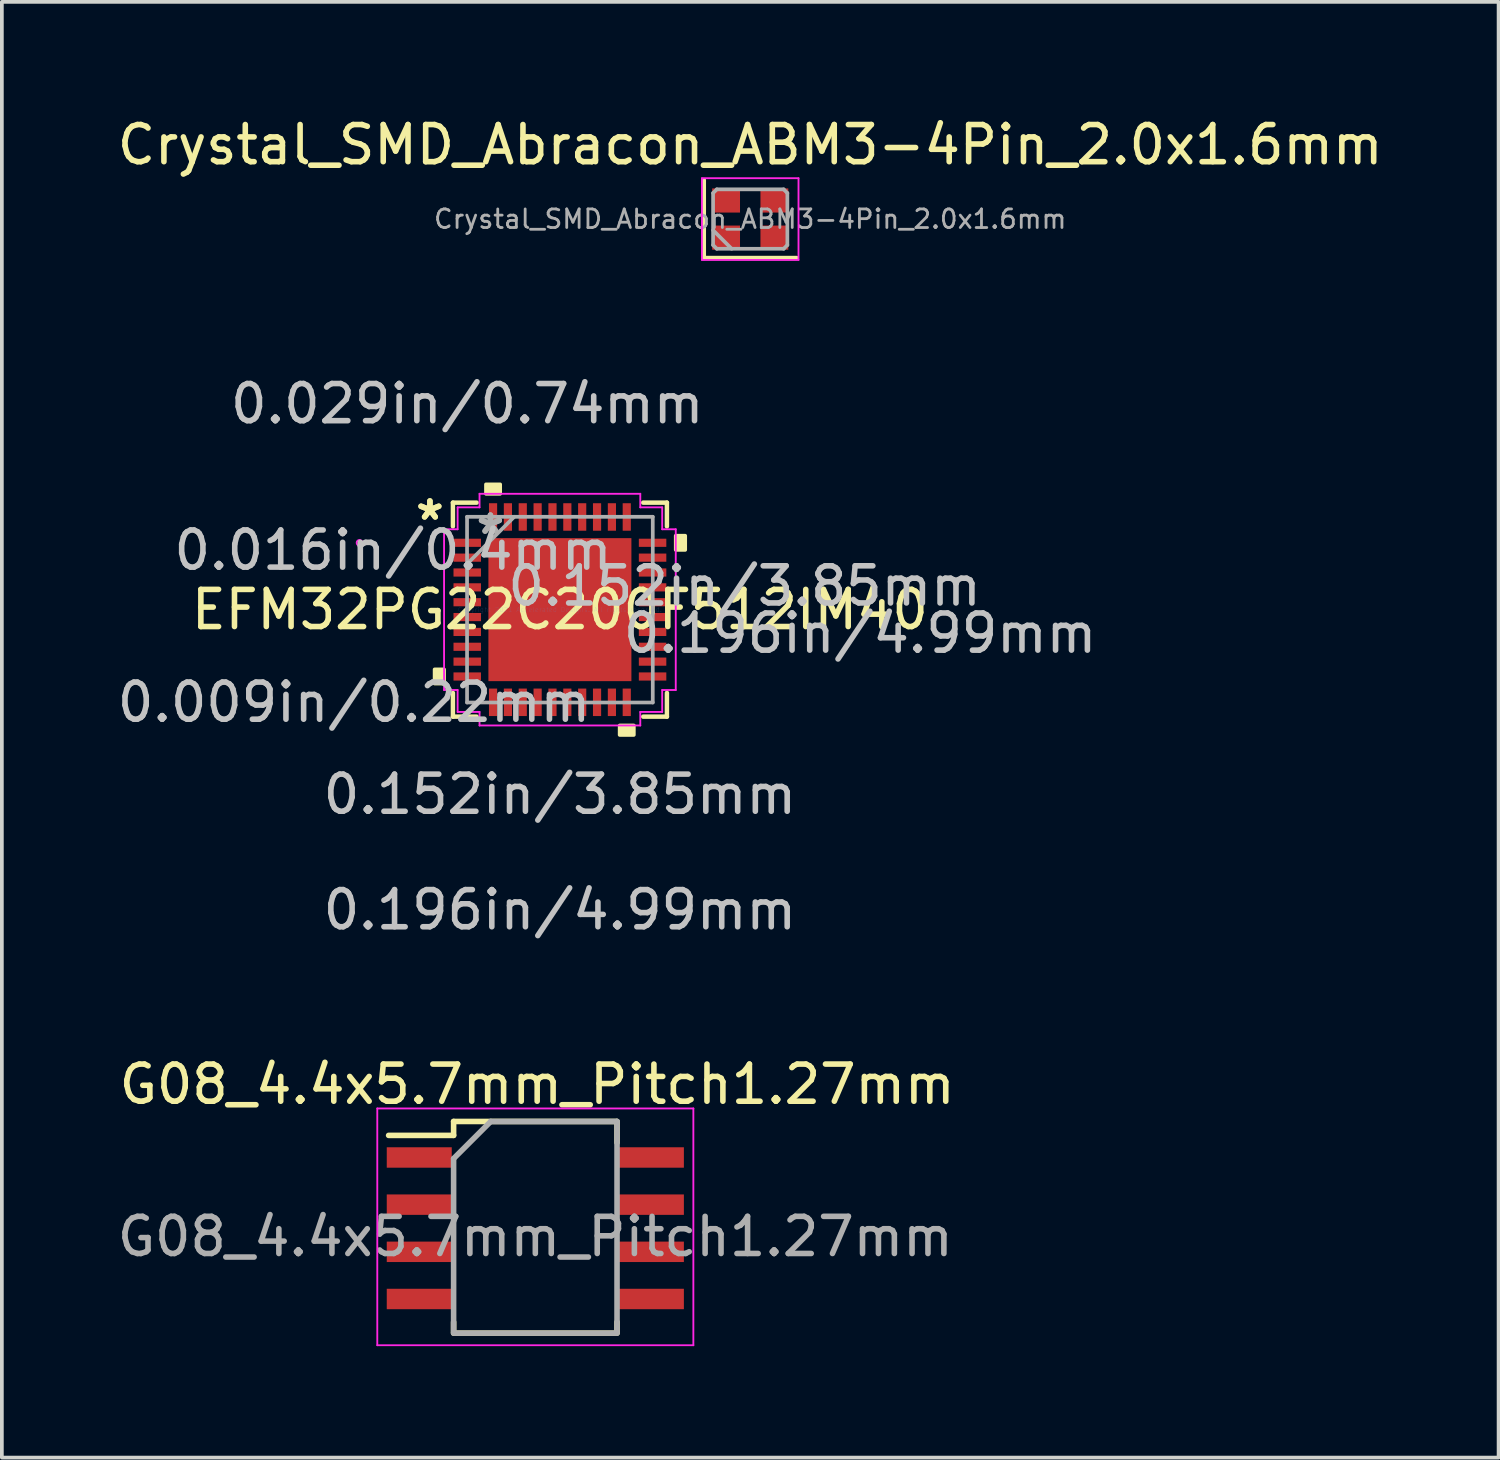
<source format=kicad_pcb>
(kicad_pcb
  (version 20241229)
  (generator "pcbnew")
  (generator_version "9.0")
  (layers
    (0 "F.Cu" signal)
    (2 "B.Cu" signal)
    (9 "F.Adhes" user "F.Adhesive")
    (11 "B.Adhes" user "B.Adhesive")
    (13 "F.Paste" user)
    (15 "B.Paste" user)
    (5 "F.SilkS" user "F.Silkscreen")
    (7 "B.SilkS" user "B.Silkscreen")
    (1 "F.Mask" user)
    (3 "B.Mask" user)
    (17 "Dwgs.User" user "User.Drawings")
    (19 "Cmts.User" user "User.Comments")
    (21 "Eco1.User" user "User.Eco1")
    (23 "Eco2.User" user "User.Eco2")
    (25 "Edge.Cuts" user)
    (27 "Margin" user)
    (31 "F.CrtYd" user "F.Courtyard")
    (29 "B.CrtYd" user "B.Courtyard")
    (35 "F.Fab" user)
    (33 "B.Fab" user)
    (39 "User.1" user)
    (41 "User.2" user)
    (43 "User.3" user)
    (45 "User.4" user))
  (footprint "EFM32PG22C200F512IM40"
    (layer "F.Cu")
    (at 12.025 13.364)
    (property "Reference" "EFM32PG22C200F512IM40" (at 0 0 0) (layer "F.SilkS") (effects (font (size 1 1) (thickness 0.15))))
    (attr through_hole)
    (fp_line (start -2.881 -2.881) (end -2.881 -2.242) (stroke (width 0.12) (type solid)) (layer "F.SilkS"))
    (fp_line (start -2.881 2.242) (end -2.881 2.881) (stroke (width 0.12) (type solid)) (layer "F.SilkS"))
    (fp_line (start -2.881 2.881) (end -2.242 2.881) (stroke (width 0.12) (type solid)) (layer "F.SilkS"))
    (fp_line (start -2.242 -2.881) (end -2.881 -2.881) (stroke (width 0.12) (type solid)) (layer "F.SilkS"))
    (fp_line (start 2.242 2.881) (end 2.881 2.881) (stroke (width 0.12) (type solid)) (layer "F.SilkS"))
    (fp_line (start 2.881 -2.881) (end 2.242 -2.881) (stroke (width 0.12) (type solid)) (layer "F.SilkS"))
    (fp_line (start 2.881 -2.242) (end 2.881 -2.881) (stroke (width 0.12) (type solid)) (layer "F.SilkS"))
    (fp_line (start 2.881 2.881) (end 2.881 2.242) (stroke (width 0.12) (type solid)) (layer "F.SilkS"))
    (fp_poly (pts (xy -3.373 1.609) (xy -3.373 1.99) (xy -3.119 1.99) (xy -3.119 1.609)) (stroke (width 0.1) (type solid)) (fill yes) (layer "F.SilkS"))
    (fp_poly (pts (xy -1.99 -3.119) (xy -1.99 -3.373) (xy -1.609 -3.373) (xy -1.609 -3.119)) (stroke (width 0.1) (type solid)) (fill yes) (layer "F.SilkS"))
    (fp_poly (pts (xy 1.609 3.119) (xy 1.609 3.373) (xy 1.99 3.373) (xy 1.99 3.119)) (stroke (width 0.1) (type solid)) (fill yes) (layer "F.SilkS"))
    (fp_poly (pts (xy 3.373 -1.99) (xy 3.373 -1.609) (xy 3.119 -1.609) (xy 3.119 -1.99)) (stroke (width 0.1) (type solid)) (fill yes) (layer "F.SilkS"))
    (fp_poly (pts (xy -1.825 -1.825) (xy -1.825 -0.742) (xy -0.742 -0.742) (xy -0.742 -1.825)) (stroke (width 0.1) (type solid)) (fill yes) (layer "F.Paste"))
    (fp_poly (pts (xy -1.825 -0.542) (xy -1.825 0.542) (xy -0.742 0.542) (xy -0.742 -0.542)) (stroke (width 0.1) (type solid)) (fill yes) (layer "F.Paste"))
    (fp_poly (pts (xy -1.825 0.742) (xy -1.825 1.825) (xy -0.742 1.825) (xy -0.742 0.742)) (stroke (width 0.1) (type solid)) (fill yes) (layer "F.Paste"))
    (fp_poly (pts (xy -0.542 -1.825) (xy -0.542 -0.742) (xy 0.542 -0.742) (xy 0.542 -1.825)) (stroke (width 0.1) (type solid)) (fill yes) (layer "F.Paste"))
    (fp_poly (pts (xy -0.542 -0.542) (xy -0.542 0.542) (xy 0.542 0.542) (xy 0.542 -0.542)) (stroke (width 0.1) (type solid)) (fill yes) (layer "F.Paste"))
    (fp_poly (pts (xy -0.542 0.742) (xy -0.542 1.825) (xy 0.542 1.825) (xy 0.542 0.742)) (stroke (width 0.1) (type solid)) (fill yes) (layer "F.Paste"))
    (fp_poly (pts (xy 0.742 -1.825) (xy 0.742 -0.742) (xy 1.825 -0.742) (xy 1.825 -1.825)) (stroke (width 0.1) (type solid)) (fill yes) (layer "F.Paste"))
    (fp_poly (pts (xy 0.742 -0.542) (xy 0.742 0.542) (xy 1.825 0.542) (xy 1.825 -0.542)) (stroke (width 0.1) (type solid)) (fill yes) (layer "F.Paste"))
    (fp_poly (pts (xy 0.742 0.742) (xy 0.742 1.825) (xy 1.825 1.825) (xy 1.825 0.742)) (stroke (width 0.1) (type solid)) (fill yes) (layer "F.Paste"))
    (fp_line (start -3.119 -2.164) (end -2.754 -2.164) (stroke (width 0.05) (type solid)) (layer "F.CrtYd"))
    (fp_line (start -3.119 2.164) (end -3.119 -2.164) (stroke (width 0.05) (type solid)) (layer "F.CrtYd"))
    (fp_line (start -2.754 -2.754) (end -2.164 -2.754) (stroke (width 0.05) (type solid)) (layer "F.CrtYd"))
    (fp_line (start -2.754 -2.164) (end -2.754 -2.754) (stroke (width 0.05) (type solid)) (layer "F.CrtYd"))
    (fp_line (start -2.754 2.164) (end -3.119 2.164) (stroke (width 0.05) (type solid)) (layer "F.CrtYd"))
    (fp_line (start -2.754 2.754) (end -2.754 2.164) (stroke (width 0.05) (type solid)) (layer "F.CrtYd"))
    (fp_line (start -2.164 -3.119) (end 2.164 -3.119) (stroke (width 0.05) (type solid)) (layer "F.CrtYd"))
    (fp_line (start -2.164 -2.754) (end -2.164 -3.119) (stroke (width 0.05) (type solid)) (layer "F.CrtYd"))
    (fp_line (start -2.164 2.754) (end -2.754 2.754) (stroke (width 0.05) (type solid)) (layer "F.CrtYd"))
    (fp_line (start -2.164 3.119) (end -2.164 2.754) (stroke (width 0.05) (type solid)) (layer "F.CrtYd"))
    (fp_line (start 2.164 -3.119) (end 2.164 -2.754) (stroke (width 0.05) (type solid)) (layer "F.CrtYd"))
    (fp_line (start 2.164 -2.754) (end 2.754 -2.754) (stroke (width 0.05) (type solid)) (layer "F.CrtYd"))
    (fp_line (start 2.164 2.754) (end 2.164 3.119) (stroke (width 0.05) (type solid)) (layer "F.CrtYd"))
    (fp_line (start 2.164 3.119) (end -2.164 3.119) (stroke (width 0.05) (type solid)) (layer "F.CrtYd"))
    (fp_line (start 2.754 -2.754) (end 2.754 -2.164) (stroke (width 0.05) (type solid)) (layer "F.CrtYd"))
    (fp_line (start 2.754 -2.164) (end 3.119 -2.164) (stroke (width 0.05) (type solid)) (layer "F.CrtYd"))
    (fp_line (start 2.754 2.164) (end 2.754 2.754) (stroke (width 0.05) (type solid)) (layer "F.CrtYd"))
    (fp_line (start 2.754 2.754) (end 2.164 2.754) (stroke (width 0.05) (type solid)) (layer "F.CrtYd"))
    (fp_line (start 3.119 -2.164) (end 3.119 2.164) (stroke (width 0.05) (type solid)) (layer "F.CrtYd"))
    (fp_line (start 3.119 2.164) (end 2.754 2.164) (stroke (width 0.05) (type solid)) (layer "F.CrtYd"))
    (fp_circle (center -5.396 -1.8) (end -5.32 -1.8) (stroke (width 0.05) (type solid)) (fill no) (layer "F.CrtYd"))
    (fp_line (start -2.5 -2.5) (end -2.5 2.5) (stroke (width 0.1) (type solid)) (layer "F.Fab"))
    (fp_line (start -2.5 -1.23) (end -1.23 -2.5) (stroke (width 0.1) (type solid)) (layer "F.Fab"))
    (fp_line (start -2.5 2.5) (end 2.5 2.5) (stroke (width 0.1) (type solid)) (layer "F.Fab"))
    (fp_line (start 2.5 -2.5) (end -2.5 -2.5) (stroke (width 0.1) (type solid)) (layer "F.Fab"))
    (fp_line (start 2.5 2.5) (end 2.5 -2.5) (stroke (width 0.1) (type solid)) (layer "F.Fab"))
    (fp_text user "*" (at -3.5 -2.381 0) (layer "F.SilkS") (effects (font (size 1 1) (thickness 0.15))))
    (fp_text user "*" (at -3.5 -2.381 0) (layer "F.SilkS") (effects (font (size 1 1) (thickness 0.15))))
    (fp_text user "0.152in/3.85mm" (at 4.973 -0.635 0) (layer "Dwgs.User") (effects (font (size 1 1) (thickness 0.15))))
    (fp_text user "0.196in/4.99mm" (at 0 8.083 0) (layer "Dwgs.User") (effects (font (size 1 1) (thickness 0.15))))
    (fp_text user "0.196in/4.99mm" (at 8.083 0.635 0) (layer "Dwgs.User") (effects (font (size 1 1) (thickness 0.15))))
    (fp_text user "0.016in/0.4mm" (at -4.493 -1.6 0) (layer "Dwgs.User") (effects (font (size 1 1) (thickness 0.15))))
    (fp_text user "0.009in/0.22mm" (at -5.543 2.495 0) (layer "Dwgs.User") (effects (font (size 1 1) (thickness 0.15))))
    (fp_text user "0.152in/3.85mm" (at 0 4.973 0) (layer "Dwgs.User") (effects (font (size 1 1) (thickness 0.15))))
    (fp_text user "0.029in/0.74mm" (at -2.495 -5.543 0) (layer "Dwgs.User") (effects (font (size 1 1) (thickness 0.15))))
    (fp_text user "Copyright 2021 Accelerated Designs. All rights reserved." (at 0 0 0) (layer "Cmts.User") (effects (font (size 0.127 0.127) (thickness 0.002))))
    (fp_text user "*" (at -1.871 -2 0) (layer "F.Fab") (effects (font (size 1 1) (thickness 0.15))))
    (fp_text user "*" (at -1.871 -2 0) (layer "F.Fab") (effects (font (size 1 1) (thickness 0.15))))
    (pad "1" smd rect (at -2.495 -1.8 90) (size 0.22 0.74) (layers "F.Cu" "F.Mask" "F.Paste"))
    (pad "2" smd rect (at -2.495 -1.4 90) (size 0.22 0.74) (layers "F.Cu" "F.Mask" "F.Paste"))
    (pad "3" smd rect (at -2.495 -1 90) (size 0.22 0.74) (layers "F.Cu" "F.Mask" "F.Paste"))
    (pad "4" smd rect (at -2.495 -0.6 90) (size 0.22 0.74) (layers "F.Cu" "F.Mask" "F.Paste"))
    (pad "5" smd rect (at -2.495 -0.2 90) (size 0.22 0.74) (layers "F.Cu" "F.Mask" "F.Paste"))
    (pad "6" smd rect (at -2.495 0.2 90) (size 0.22 0.74) (layers "F.Cu" "F.Mask" "F.Paste"))
    (pad "7" smd rect (at -2.495 0.6 90) (size 0.22 0.74) (layers "F.Cu" "F.Mask" "F.Paste"))
    (pad "8" smd rect (at -2.495 1 90) (size 0.22 0.74) (layers "F.Cu" "F.Mask" "F.Paste"))
    (pad "9" smd rect (at -2.495 1.4 90) (size 0.22 0.74) (layers "F.Cu" "F.Mask" "F.Paste"))
    (pad "10" smd rect (at -2.495 1.8 90) (size 0.22 0.74) (layers "F.Cu" "F.Mask" "F.Paste"))
    (pad "11" smd rect (at -1.8 2.495) (size 0.22 0.74) (layers "F.Cu" "F.Mask" "F.Paste"))
    (pad "12" smd rect (at -1.4 2.495) (size 0.22 0.74) (layers "F.Cu" "F.Mask" "F.Paste"))
    (pad "13" smd rect (at -1 2.495) (size 0.22 0.74) (layers "F.Cu" "F.Mask" "F.Paste"))
    (pad "14" smd rect (at -0.6 2.495) (size 0.22 0.74) (layers "F.Cu" "F.Mask" "F.Paste"))
    (pad "15" smd rect (at -0.2 2.495) (size 0.22 0.74) (layers "F.Cu" "F.Mask" "F.Paste"))
    (pad "16" smd rect (at 0.2 2.495) (size 0.22 0.74) (layers "F.Cu" "F.Mask" "F.Paste"))
    (pad "17" smd rect (at 0.6 2.495) (size 0.22 0.74) (layers "F.Cu" "F.Mask" "F.Paste"))
    (pad "18" smd rect (at 1 2.495) (size 0.22 0.74) (layers "F.Cu" "F.Mask" "F.Paste"))
    (pad "19" smd rect (at 1.4 2.495) (size 0.22 0.74) (layers "F.Cu" "F.Mask" "F.Paste"))
    (pad "20" smd rect (at 1.8 2.495) (size 0.22 0.74) (layers "F.Cu" "F.Mask" "F.Paste"))
    (pad "21" smd rect (at 2.495 1.8 90) (size 0.22 0.74) (layers "F.Cu" "F.Mask" "F.Paste"))
    (pad "22" smd rect (at 2.495 1.4 90) (size 0.22 0.74) (layers "F.Cu" "F.Mask" "F.Paste"))
    (pad "23" smd rect (at 2.495 1 90) (size 0.22 0.74) (layers "F.Cu" "F.Mask" "F.Paste"))
    (pad "24" smd rect (at 2.495 0.6 90) (size 0.22 0.74) (layers "F.Cu" "F.Mask" "F.Paste"))
    (pad "25" smd rect (at 2.495 0.2 90) (size 0.22 0.74) (layers "F.Cu" "F.Mask" "F.Paste"))
    (pad "26" smd rect (at 2.495 -0.2 90) (size 0.22 0.74) (layers "F.Cu" "F.Mask" "F.Paste"))
    (pad "27" smd rect (at 2.495 -0.6 90) (size 0.22 0.74) (layers "F.Cu" "F.Mask" "F.Paste"))
    (pad "28" smd rect (at 2.495 -1 90) (size 0.22 0.74) (layers "F.Cu" "F.Mask" "F.Paste"))
    (pad "29" smd rect (at 2.495 -1.4 90) (size 0.22 0.74) (layers "F.Cu" "F.Mask" "F.Paste"))
    (pad "30" smd rect (at 2.495 -1.8 90) (size 0.22 0.74) (layers "F.Cu" "F.Mask" "F.Paste"))
    (pad "31" smd rect (at 1.8 -2.495) (size 0.22 0.74) (layers "F.Cu" "F.Mask" "F.Paste"))
    (pad "32" smd rect (at 1.4 -2.495) (size 0.22 0.74) (layers "F.Cu" "F.Mask" "F.Paste"))
    (pad "33" smd rect (at 1 -2.495) (size 0.22 0.74) (layers "F.Cu" "F.Mask" "F.Paste"))
    (pad "34" smd rect (at 0.6 -2.495) (size 0.22 0.74) (layers "F.Cu" "F.Mask" "F.Paste"))
    (pad "35" smd rect (at 0.2 -2.495) (size 0.22 0.74) (layers "F.Cu" "F.Mask" "F.Paste"))
    (pad "36" smd rect (at -0.2 -2.495) (size 0.22 0.74) (layers "F.Cu" "F.Mask" "F.Paste"))
    (pad "37" smd rect (at -0.6 -2.495) (size 0.22 0.74) (layers "F.Cu" "F.Mask" "F.Paste"))
    (pad "38" smd rect (at -1 -2.495) (size 0.22 0.74) (layers "F.Cu" "F.Mask" "F.Paste"))
    (pad "39" smd rect (at -1.4 -2.495) (size 0.22 0.74) (layers "F.Cu" "F.Mask" "F.Paste"))
    (pad "40" smd rect (at -1.8 -2.495) (size 0.22 0.74) (layers "F.Cu" "F.Mask" "F.Paste"))
    (pad "41" smd rect (at 0 0) (size 3.85 3.85) (layers "F.Cu" "F.Mask")))
  (footprint "Crystal_SMD_Abracon_ABM3-4Pin_2.0x1.6mm"
    (layer "F.Cu")
    (at 17.149 2.848)
    (property "Reference" "Crystal_SMD_Abracon_ABM3-4Pin_2.0x1.6mm" (at 0 -2 0) (layer "F.SilkS") (effects (font (size 1 1) (thickness 0.15))))
    (attr smd)
    (fp_line (start -1.25 -1.05) (end -1.25 1.05) (stroke (width 0.12) (type solid)) (layer "F.SilkS"))
    (fp_line (start -1.25 1.05) (end 1.25 1.05) (stroke (width 0.12) (type solid)) (layer "F.SilkS"))
    (fp_line (start -1.3 -1.1) (end -1.3 1.1) (stroke (width 0.05) (type solid)) (layer "F.CrtYd"))
    (fp_line (start -1.3 1.1) (end 1.3 1.1) (stroke (width 0.05) (type solid)) (layer "F.CrtYd"))
    (fp_line (start 1.3 -1.1) (end -1.3 -1.1) (stroke (width 0.05) (type solid)) (layer "F.CrtYd"))
    (fp_line (start 1.3 1.1) (end 1.3 -1.1) (stroke (width 0.05) (type solid)) (layer "F.CrtYd"))
    (fp_line (start -1 -0.7) (end -0.9 -0.8) (stroke (width 0.1) (type solid)) (layer "F.Fab"))
    (fp_line (start -1 0.3) (end -0.5 0.8) (stroke (width 0.1) (type solid)) (layer "F.Fab"))
    (fp_line (start -1 0.7) (end -1 -0.7) (stroke (width 0.1) (type solid)) (layer "F.Fab"))
    (fp_line (start -0.9 -0.8) (end 0.9 -0.8) (stroke (width 0.1) (type solid)) (layer "F.Fab"))
    (fp_line (start -0.9 0.8) (end -1 0.7) (stroke (width 0.1) (type solid)) (layer "F.Fab"))
    (fp_line (start 0.9 -0.8) (end 1 -0.7) (stroke (width 0.1) (type solid)) (layer "F.Fab"))
    (fp_line (start 0.9 0.8) (end -0.9 0.8) (stroke (width 0.1) (type solid)) (layer "F.Fab"))
    (fp_line (start 1 -0.7) (end 1 0.7) (stroke (width 0.1) (type solid)) (layer "F.Fab"))
    (fp_line (start 1 0.7) (end 0.9 0.8) (stroke (width 0.1) (type solid)) (layer "F.Fab"))
    (fp_text user "${REFERENCE}" (at 0 0 0) (layer "F.Fab") (effects (font (size 0.5 0.5) (thickness 0.075))))
    (pad "1" smd rect (at -0.65 0.5) (size 0.75 0.65) (layers "F.Cu" "F.Mask" "F.Paste"))
    (pad "2" smd rect (at 0.65 0.5) (size 0.75 0.65) (layers "F.Cu" "F.Mask" "F.Paste"))
    (pad "3" smd rect (at 0.65 -0.5) (size 0.75 0.65) (layers "F.Cu" "F.Mask" "F.Paste"))
    (pad "4" smd rect (at -0.65 -0.5) (size 0.75 0.65) (layers "F.Cu" "F.Mask" "F.Paste")))
  (footprint "G08_4.4x5.7mm_Pitch1.27mm"
    (layer "F.Cu")
    (at 11.363 30.019)
    (property "Reference" "G08_4.4x5.7mm_Pitch1.27mm" (at 0.05 -3.875 0) (layer "F.SilkS") (effects (font (size 1 1) (thickness 0.15))))
    (attr smd)
    (fp_line (start -2.2 -2.875) (end -2.2 -2.5) (stroke (width 0.15) (type solid)) (layer "F.SilkS"))
    (fp_line (start -2.2 -2.875) (end 2.175 -2.875) (stroke (width 0.15) (type solid)) (layer "F.SilkS"))
    (fp_line (start -2.2 -2.5) (end -3.95 -2.5) (stroke (width 0.15) (type solid)) (layer "F.SilkS"))
    (fp_line (start -2.2 2.805) (end -2.2 2.525) (stroke (width 0.15) (type solid)) (layer "F.SilkS"))
    (fp_line (start -2.2 2.825) (end 2.2 2.825) (stroke (width 0.15) (type solid)) (layer "F.SilkS"))
    (fp_line (start 2.2 -2.875) (end 2.2 -2.305) (stroke (width 0.15) (type solid)) (layer "F.SilkS"))
    (fp_line (start 2.2 2.805) (end 2.2 2.525) (stroke (width 0.15) (type solid)) (layer "F.SilkS"))
    (fp_line (start -4.255 -3.225) (end -4.255 3.15) (stroke (width 0.05) (type solid)) (layer "F.CrtYd"))
    (fp_line (start -4.255 -3.225) (end 4.255 -3.225) (stroke (width 0.05) (type solid)) (layer "F.CrtYd"))
    (fp_line (start -4.255 3.15) (end 4.255 3.15) (stroke (width 0.05) (type solid)) (layer "F.CrtYd"))
    (fp_line (start 4.255 -3.225) (end 4.255 3.15) (stroke (width 0.05) (type solid)) (layer "F.CrtYd"))
    (fp_line (start -2.2 2.805) (end -2.2 -1.875) (stroke (width 0.15) (type solid)) (layer "F.Fab"))
    (fp_line (start -1.2 -2.875) (end -2.2 -1.875) (stroke (width 0.15) (type solid)) (layer "F.Fab"))
    (fp_line (start -1.2 -2.875) (end 2.2 -2.875) (stroke (width 0.15) (type solid)) (layer "F.Fab"))
    (fp_line (start 2.2 -2.875) (end 2.2 2.805) (stroke (width 0.15) (type solid)) (layer "F.Fab"))
    (fp_line (start 2.2 2.825) (end -2.2 2.825) (stroke (width 0.15) (type solid)) (layer "F.Fab"))
    (fp_text user "${REFERENCE}" (at 0 0.225 0) (layer "F.Fab") (effects (font (size 1 1) (thickness 0.15))))
    (pad "1" smd rect (at -3.125 -1.905) (size 1.75 0.55) (layers "F.Cu" "F.Mask" "F.Paste"))
    (pad "2" smd rect (at -3.125 -0.635) (size 1.75 0.55) (layers "F.Cu" "F.Mask" "F.Paste"))
    (pad "3" smd rect (at -3.125 0.635) (size 1.75 0.55) (layers "F.Cu" "F.Mask" "F.Paste"))
    (pad "4" smd rect (at -3.125 1.905) (size 1.75 0.55) (layers "F.Cu" "F.Mask" "F.Paste"))
    (pad "5" smd rect (at 3.125 1.905) (size 1.75 0.55) (layers "F.Cu" "F.Mask" "F.Paste"))
    (pad "6" smd rect (at 3.125 0.635) (size 1.75 0.55) (layers "F.Cu" "F.Mask" "F.Paste"))
    (pad "7" smd rect (at 3.125 -0.635) (size 1.75 0.55) (layers "F.Cu" "F.Mask" "F.Paste"))
    (pad "8" smd rect (at 3.125 -1.905) (size 1.75 0.55) (layers "F.Cu" "F.Mask" "F.Paste")))
  (gr_rect
    (start -3 -3)
    (end 37.298 36.194)
    (stroke (width 0.1) (type default))
    (fill no)
    (layer "Edge.Cuts")))
</source>
